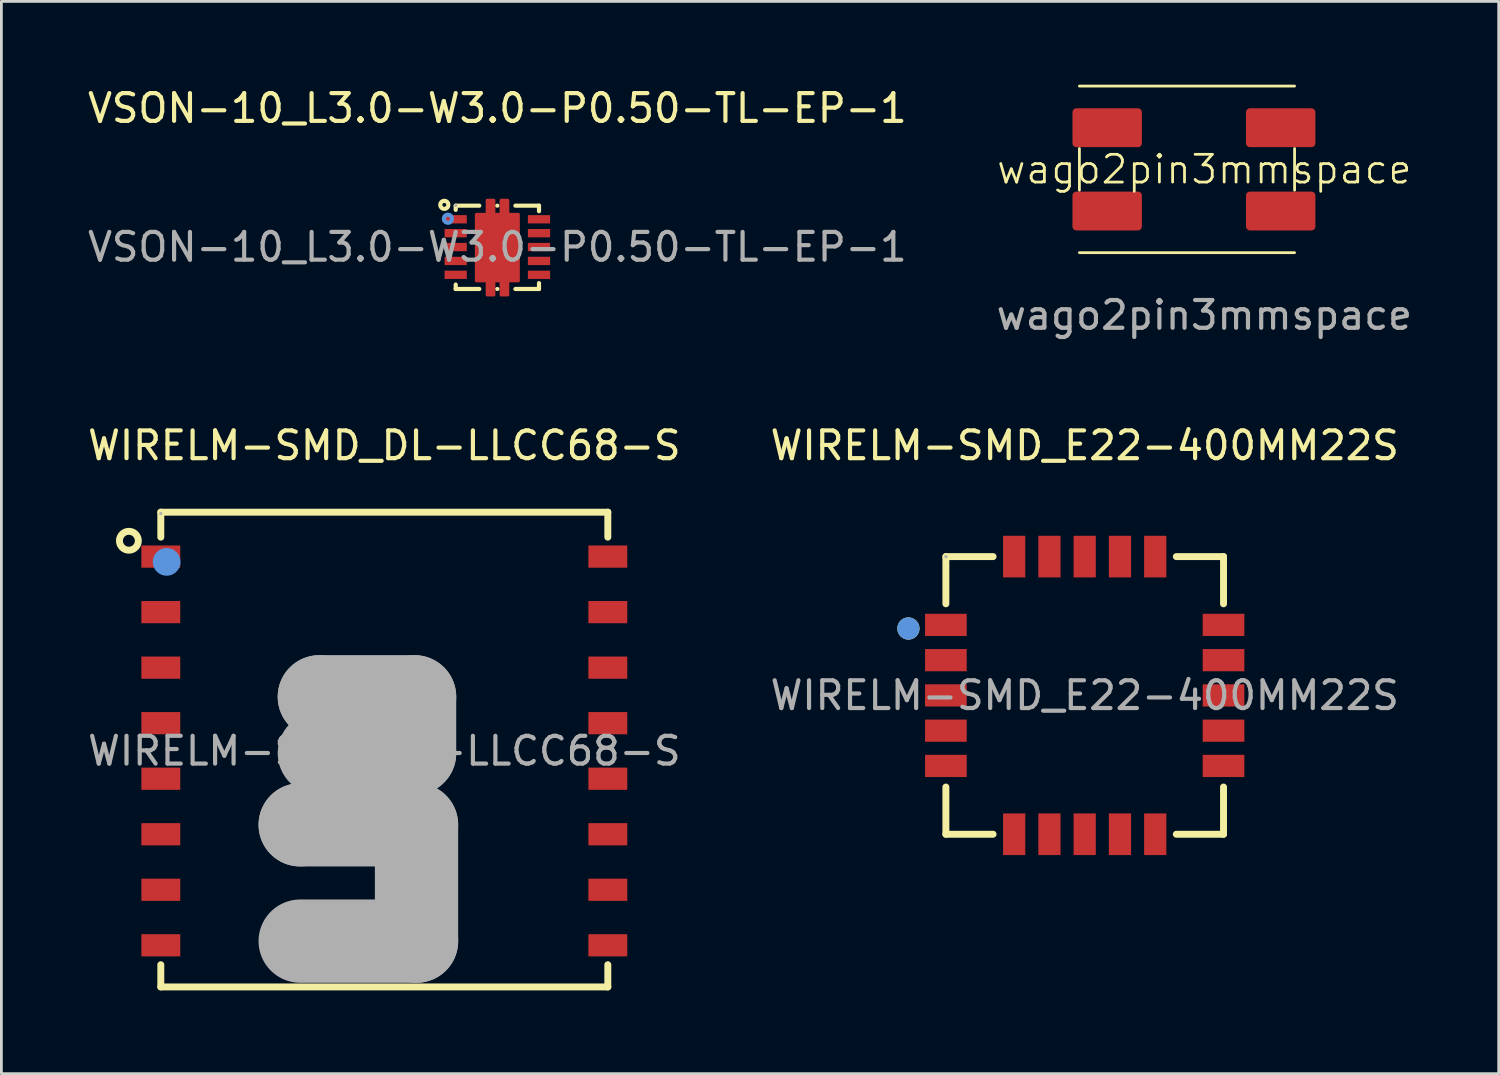
<source format=kicad_pcb>
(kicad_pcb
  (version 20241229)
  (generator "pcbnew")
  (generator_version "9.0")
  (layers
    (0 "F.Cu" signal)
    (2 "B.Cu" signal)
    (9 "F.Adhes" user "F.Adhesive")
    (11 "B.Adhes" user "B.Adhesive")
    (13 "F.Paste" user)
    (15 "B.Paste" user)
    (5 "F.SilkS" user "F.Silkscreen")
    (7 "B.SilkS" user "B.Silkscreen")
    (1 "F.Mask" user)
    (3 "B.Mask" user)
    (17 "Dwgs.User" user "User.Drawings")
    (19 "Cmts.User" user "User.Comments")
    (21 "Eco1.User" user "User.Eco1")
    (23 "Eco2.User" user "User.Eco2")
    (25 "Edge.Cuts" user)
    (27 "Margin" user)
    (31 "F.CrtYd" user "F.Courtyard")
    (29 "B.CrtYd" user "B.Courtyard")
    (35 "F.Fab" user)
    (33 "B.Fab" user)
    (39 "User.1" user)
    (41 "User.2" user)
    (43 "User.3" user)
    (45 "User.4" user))
  (footprint "VSON-10_L3.0-W3.0-P0.50-TL-EP-1"
    (layer "F.Cu")
    (at 14.863 5.848)
    (property "Reference" "VSON-10_L3.0-W3.0-P0.50-TL-EP-1" (at 0 -5 0) (layer "F.SilkS") (effects (font (size 1 1) (thickness 0.15))))
    (attr smd)
    (fp_line (start -1.5 -1.49) (end -1.5 -1.34) (stroke (width 0.15) (type solid)) (layer "F.SilkS"))
    (fp_line (start -1.5 -1.49) (end -0.65 -1.49) (stroke (width 0.15) (type solid)) (layer "F.SilkS"))
    (fp_line (start -1.5 1.35) (end -1.5 1.51) (stroke (width 0.15) (type solid)) (layer "F.SilkS"))
    (fp_line (start -0.65 1.51) (end -1.5 1.51) (stroke (width 0.15) (type solid)) (layer "F.SilkS"))
    (fp_line (start 0 -1.49) (end 0 -1.49) (stroke (width 0.15) (type solid)) (layer "F.SilkS"))
    (fp_line (start 0 1.51) (end 0 1.51) (stroke (width 0.15) (type solid)) (layer "F.SilkS"))
    (fp_line (start 0.65 -1.49) (end 1.5 -1.49) (stroke (width 0.15) (type solid)) (layer "F.SilkS"))
    (fp_line (start 1.5 -1.49) (end 1.5 -1.29) (stroke (width 0.15) (type solid)) (layer "F.SilkS"))
    (fp_line (start 1.5 1.3) (end 1.5 1.51) (stroke (width 0.15) (type solid)) (layer "F.SilkS"))
    (fp_line (start 1.5 1.51) (end 0.65 1.51) (stroke (width 0.15) (type solid)) (layer "F.SilkS"))
    (fp_circle (center -1.91 -1.52) (end -1.84 -1.52) (stroke (width 0.15) (type solid)) (fill no) (layer "F.SilkS"))
    (fp_circle (center -1.78 -1.02) (end -1.71 -1.02) (stroke (width 0.15) (type solid)) (fill no) (layer "Cmts.User"))
    (fp_circle (center -1.5 -1.5) (end -1.47 -1.5) (stroke (width 0.06) (type solid)) (fill no) (layer "F.Fab"))
    (fp_text user "${REFERENCE}" (at 0 0 0) (layer "F.Fab") (effects (font (size 1 1) (thickness 0.15))))
    (pad "1" smd rect (at -1.5 -1) (size 0.8 0.3) (layers "F.Cu" "F.Mask" "F.Paste"))
    (pad "2" smd rect (at -1.5 -0.5) (size 0.8 0.3) (layers "F.Cu" "F.Mask" "F.Paste"))
    (pad "3" smd rect (at -1.5 0) (size 0.8 0.3) (layers "F.Cu" "F.Mask" "F.Paste"))
    (pad "4" smd rect (at -1.5 0.5) (size 0.8 0.3) (layers "F.Cu" "F.Mask" "F.Paste"))
    (pad "5" smd rect (at -1.5 1) (size 0.8 0.3) (layers "F.Cu" "F.Mask" "F.Paste"))
    (pad "6" smd rect (at 1.5 1) (size 0.8 0.3) (layers "F.Cu" "F.Mask" "F.Paste"))
    (pad "7" smd rect (at 1.5 0.5) (size 0.8 0.3) (layers "F.Cu" "F.Mask" "F.Paste"))
    (pad "8" smd rect (at 1.5 0) (size 0.8 0.3) (layers "F.Cu" "F.Mask" "F.Paste"))
    (pad "9" smd rect (at 1.5 -0.5) (size 0.8 0.3) (layers "F.Cu" "F.Mask" "F.Paste"))
    (pad "10" smd rect (at 1.5 -1) (size 0.8 0.3) (layers "F.Cu" "F.Mask" "F.Paste"))
    (pad "11" smd custom (at 0 0.01) (size 1 1) (layers "F.Cu" "F.Mask" "F.Paste") (options (anchor circle)) (primitives (gr_poly (pts (xy -0.76 -1.19) (xy -0.37 -1.19) (xy -0.37 -1.7) (xy -0.12 -1.7) (xy -0.12 -1.19) (xy 0.13 -1.19) (xy 0.13 -1.7) (xy 0.38 -1.7) (xy 0.38 -1.19) (xy 0.76 -1.19) (xy 0.76 1.21) (xy 0.38 1.21) (xy 0.38 1.72) (xy 0.13 1.72) (xy 0.13 1.21) (xy -0.12 1.21) (xy -0.12 1.72) (xy -0.37 1.72) (xy -0.37 1.21) (xy -0.76 1.21) (xy -0.76 -0.88)) (width 0.1) (fill yes)))))
  (footprint "WIRELM-SMD_E22-400MM22S"
    (layer "F.Cu")
    (at 36.018 21.997)
    (property "Reference" "WIRELM-SMD_E22-400MM22S" (at 0 -9 0) (layer "F.SilkS") (effects (font (size 1 1) (thickness 0.15))))
    (attr smd)
    (fp_line (start -5 -3.3) (end -5 -5) (stroke (width 0.25) (type solid)) (layer "F.SilkS"))
    (fp_line (start -5 3.3) (end -5 5) (stroke (width 0.25) (type solid)) (layer "F.SilkS"))
    (fp_line (start -3.3 -5) (end -5 -5) (stroke (width 0.25) (type solid)) (layer "F.SilkS"))
    (fp_line (start -3.3 5) (end -5 5) (stroke (width 0.25) (type solid)) (layer "F.SilkS"))
    (fp_line (start 3.3 -5) (end 5 -5) (stroke (width 0.25) (type solid)) (layer "F.SilkS"))
    (fp_line (start 3.3 5) (end 5 5) (stroke (width 0.25) (type solid)) (layer "F.SilkS"))
    (fp_line (start 5 -3.3) (end 5 -5) (stroke (width 0.25) (type solid)) (layer "F.SilkS"))
    (fp_line (start 5 3.3) (end 5 5) (stroke (width 0.25) (type solid)) (layer "F.SilkS"))
    (fp_circle (center -6.35 -2.41) (end -6.15 -2.41) (stroke (width 0.4) (type solid)) (fill no) (layer "F.SilkS"))
    (fp_circle (center -6.35 -2.41) (end -6.15 -2.41) (stroke (width 0.4) (type solid)) (fill no) (layer "Cmts.User"))
    (fp_circle (center -5 -5) (end -4.97 -5) (stroke (width 0.06) (type solid)) (fill no) (layer "F.Fab"))
    (fp_text user "${REFERENCE}" (at 0 0 0) (layer "F.Fab") (effects (font (size 1 1) (thickness 0.15))))
    (pad "1" smd rect (at -5 -2.54) (size 1.5 0.8) (layers "F.Cu" "F.Mask" "F.Paste"))
    (pad "2" smd rect (at -5 -1.27) (size 1.5 0.8) (layers "F.Cu" "F.Mask" "F.Paste"))
    (pad "3" smd rect (at -5 0) (size 1.5 0.8) (layers "F.Cu" "F.Mask" "F.Paste"))
    (pad "4" smd rect (at -5 1.27) (size 1.5 0.8) (layers "F.Cu" "F.Mask" "F.Paste"))
    (pad "5" smd rect (at -5 2.54) (size 1.5 0.8) (layers "F.Cu" "F.Mask" "F.Paste"))
    (pad "6" smd rect (at -2.54 5 90) (size 1.5 0.8) (layers "F.Cu" "F.Mask" "F.Paste"))
    (pad "7" smd rect (at -1.27 5 90) (size 1.5 0.8) (layers "F.Cu" "F.Mask" "F.Paste"))
    (pad "8" smd rect (at 0 5 90) (size 1.5 0.8) (layers "F.Cu" "F.Mask" "F.Paste"))
    (pad "9" smd rect (at 1.27 5 90) (size 1.5 0.8) (layers "F.Cu" "F.Mask" "F.Paste"))
    (pad "10" smd rect (at 2.54 5 90) (size 1.5 0.8) (layers "F.Cu" "F.Mask" "F.Paste"))
    (pad "11" smd rect (at 5 2.54 180) (size 1.5 0.8) (layers "F.Cu" "F.Mask" "F.Paste"))
    (pad "12" smd rect (at 5 1.27 180) (size 1.5 0.8) (layers "F.Cu" "F.Mask" "F.Paste"))
    (pad "13" smd rect (at 5 0 180) (size 1.5 0.8) (layers "F.Cu" "F.Mask" "F.Paste"))
    (pad "14" smd rect (at 5 -1.27 180) (size 1.5 0.8) (layers "F.Cu" "F.Mask" "F.Paste"))
    (pad "15" smd rect (at 5 -2.54 180) (size 1.5 0.8) (layers "F.Cu" "F.Mask" "F.Paste"))
    (pad "16" smd rect (at 2.54 -5 270) (size 1.5 0.8) (layers "F.Cu" "F.Mask" "F.Paste"))
    (pad "17" smd rect (at 1.27 -5 270) (size 1.5 0.8) (layers "F.Cu" "F.Mask" "F.Paste"))
    (pad "18" smd rect (at 0 -5 270) (size 1.5 0.8) (layers "F.Cu" "F.Mask" "F.Paste"))
    (pad "19" smd rect (at -1.27 -5 270) (size 1.5 0.8) (layers "F.Cu" "F.Mask" "F.Paste"))
    (pad "20" smd rect (at -2.54 -5 270) (size 1.5 0.8) (layers "F.Cu" "F.Mask" "F.Paste")))
  (footprint "WIRELM-SMD_DL-LLCC68-S"
    (layer "F.Cu")
    (at 10.792 23.997)
    (property "Reference" "WIRELM-SMD_DL-LLCC68-S" (at 0 -11 0) (layer "F.SilkS") (effects (font (size 1 1) (thickness 0.15))))
    (attr through_hole)
    (fp_line (start -8.05 -8.6) (end -8.05 -7.7) (stroke (width 0.25) (type solid)) (layer "F.SilkS"))
    (fp_line (start -8.05 -8.6) (end 8.05 -8.6) (stroke (width 0.25) (type solid)) (layer "F.SilkS"))
    (fp_line (start -8.05 7.7) (end -8.05 8.5) (stroke (width 0.25) (type solid)) (layer "F.SilkS"))
    (fp_line (start -8.05 8.5) (end 8.05 8.5) (stroke (width 0.25) (type solid)) (layer "F.SilkS"))
    (fp_line (start 8.05 -8.6) (end 8.05 -7.7) (stroke (width 0.25) (type solid)) (layer "F.SilkS"))
    (fp_line (start 8.05 7.7) (end 8.05 8.5) (stroke (width 0.25) (type solid)) (layer "F.SilkS"))
    (fp_circle (center -9.2 -7.57) (end -8.86 -7.57) (stroke (width 0.25) (type solid)) (fill no) (layer "F.SilkS"))
    (fp_circle (center -7.84 -6.81) (end -7.59 -6.81) (stroke (width 0.5) (type solid)) (fill no) (layer "Cmts.User"))
    (fp_line (start -3.03 2.66) (end -3.03 2.66) (stroke (width 3) (type solid)) (layer "F.Fab"))
    (fp_line (start -3.03 2.66) (end 1.16 2.66) (stroke (width 3) (type solid)) (layer "F.Fab"))
    (fp_line (start -2.34 -1.95) (end -2.34 -1.95) (stroke (width 3) (type solid)) (layer "F.Fab"))
    (fp_line (start -2.34 -1.95) (end 1.09 -1.95) (stroke (width 3) (type solid)) (layer "F.Fab"))
    (fp_line (start 1.09 -1.95) (end 1.09 0.08) (stroke (width 3) (type solid)) (layer "F.Fab"))
    (fp_line (start 1.09 0.08) (end -2.34 0.08) (stroke (width 3) (type solid)) (layer "F.Fab"))
    (fp_line (start 1.16 2.66) (end 1.16 6.85) (stroke (width 3) (type solid)) (layer "F.Fab"))
    (fp_line (start 1.16 6.85) (end -3.03 6.85) (stroke (width 3) (type solid)) (layer "F.Fab"))
    (fp_circle (center -8.05 -8.55) (end -8.02 -8.55) (stroke (width 0.06) (type solid)) (fill no) (layer "F.Fab"))
    (fp_text user "${REFERENCE}" (at 0 0 0) (layer "F.Fab") (effects (font (size 1 1) (thickness 0.15))))
    (pad "1" smd rect (at -8.05 -7) (size 1.4 0.8) (layers "F.Cu" "F.Mask" "F.Paste"))
    (pad "2" smd rect (at -8.05 -5) (size 1.4 0.8) (layers "F.Cu" "F.Mask" "F.Paste"))
    (pad "3" smd rect (at -8.05 -3) (size 1.4 0.8) (layers "F.Cu" "F.Mask" "F.Paste"))
    (pad "4" smd rect (at -8.05 -1) (size 1.4 0.8) (layers "F.Cu" "F.Mask" "F.Paste"))
    (pad "5" smd rect (at -8.05 1) (size 1.4 0.8) (layers "F.Cu" "F.Mask" "F.Paste"))
    (pad "6" smd rect (at -8.05 3) (size 1.4 0.8) (layers "F.Cu" "F.Mask" "F.Paste"))
    (pad "7" smd rect (at -8.05 5) (size 1.4 0.8) (layers "F.Cu" "F.Mask" "F.Paste"))
    (pad "8" smd rect (at -8.05 7) (size 1.4 0.8) (layers "F.Cu" "F.Mask" "F.Paste"))
    (pad "9" smd rect (at 8.05 7) (size 1.4 0.8) (layers "F.Cu" "F.Mask" "F.Paste"))
    (pad "10" smd rect (at 8.05 5) (size 1.4 0.8) (layers "F.Cu" "F.Mask" "F.Paste"))
    (pad "11" smd rect (at 8.05 3) (size 1.4 0.8) (layers "F.Cu" "F.Mask" "F.Paste"))
    (pad "12" smd rect (at 8.05 1) (size 1.4 0.8) (layers "F.Cu" "F.Mask" "F.Paste"))
    (pad "13" smd rect (at 8.05 -1) (size 1.4 0.8) (layers "F.Cu" "F.Mask" "F.Paste"))
    (pad "14" smd rect (at 8.05 -3) (size 1.4 0.8) (layers "F.Cu" "F.Mask" "F.Paste"))
    (pad "15" smd rect (at 8.05 -5) (size 1.4 0.8) (layers "F.Cu" "F.Mask" "F.Paste"))
    (pad "16" smd rect (at 8.05 -7) (size 1.4 0.8) (layers "F.Cu" "F.Mask" "F.Paste")))
  (footprint "wago2pin3mmspace"
    (layer "F.Cu")
    (at 36.827 5.8)
    (property "Reference" "wago2pin3mmspace" (at 3.5 -2.75 0) (unlocked yes) (layer "F.SilkS") (effects (font (size 1 1) (thickness 0.1))))
    (attr smd)
    (fp_line (start -1 -5.75) (end 6.75 -5.75) (stroke (width 0.1) (type default)) (layer "F.SilkS"))
    (fp_line (start -1 -3.5) (end -1 -2) (stroke (width 0.1) (type default)) (layer "F.SilkS"))
    (fp_line (start -1 0.25) (end 6.75 0.25) (stroke (width 0.1) (type default)) (layer "F.SilkS"))
    (fp_line (start 6.75 -2) (end 6.75 -3.5) (stroke (width 0.1) (type default)) (layer "F.SilkS"))
    (fp_text user "${REFERENCE}" (at 3.5 2.5 0) (unlocked yes) (layer "F.Fab") (effects (font (size 1 1) (thickness 0.15))))
    (pad "1" smd roundrect (at 0 -1.25) (size 2.5 1.4) (layers "F.Cu" "F.Mask" "F.Paste") (roundrect_rratio 0.1))
    (pad "1" smd roundrect (at 6.25 -1.25) (size 2.5 1.4) (layers "F.Cu" "F.Mask" "F.Paste") (roundrect_rratio 0.1))
    (pad "2" smd roundrect (at 0 -4.25) (size 2.5 1.4) (layers "F.Cu" "F.Mask" "F.Paste") (roundrect_rratio 0.1))
    (pad "2" smd roundrect (at 6.25 -4.25) (size 2.5 1.4) (layers "F.Cu" "F.Mask" "F.Paste") (roundrect_rratio 0.1)))
  (gr_rect
    (start -3 -3)
    (end 50.929 35.621)
    (stroke (width 0.1) (type default))
    (fill no)
    (layer "Edge.Cuts")))
</source>
